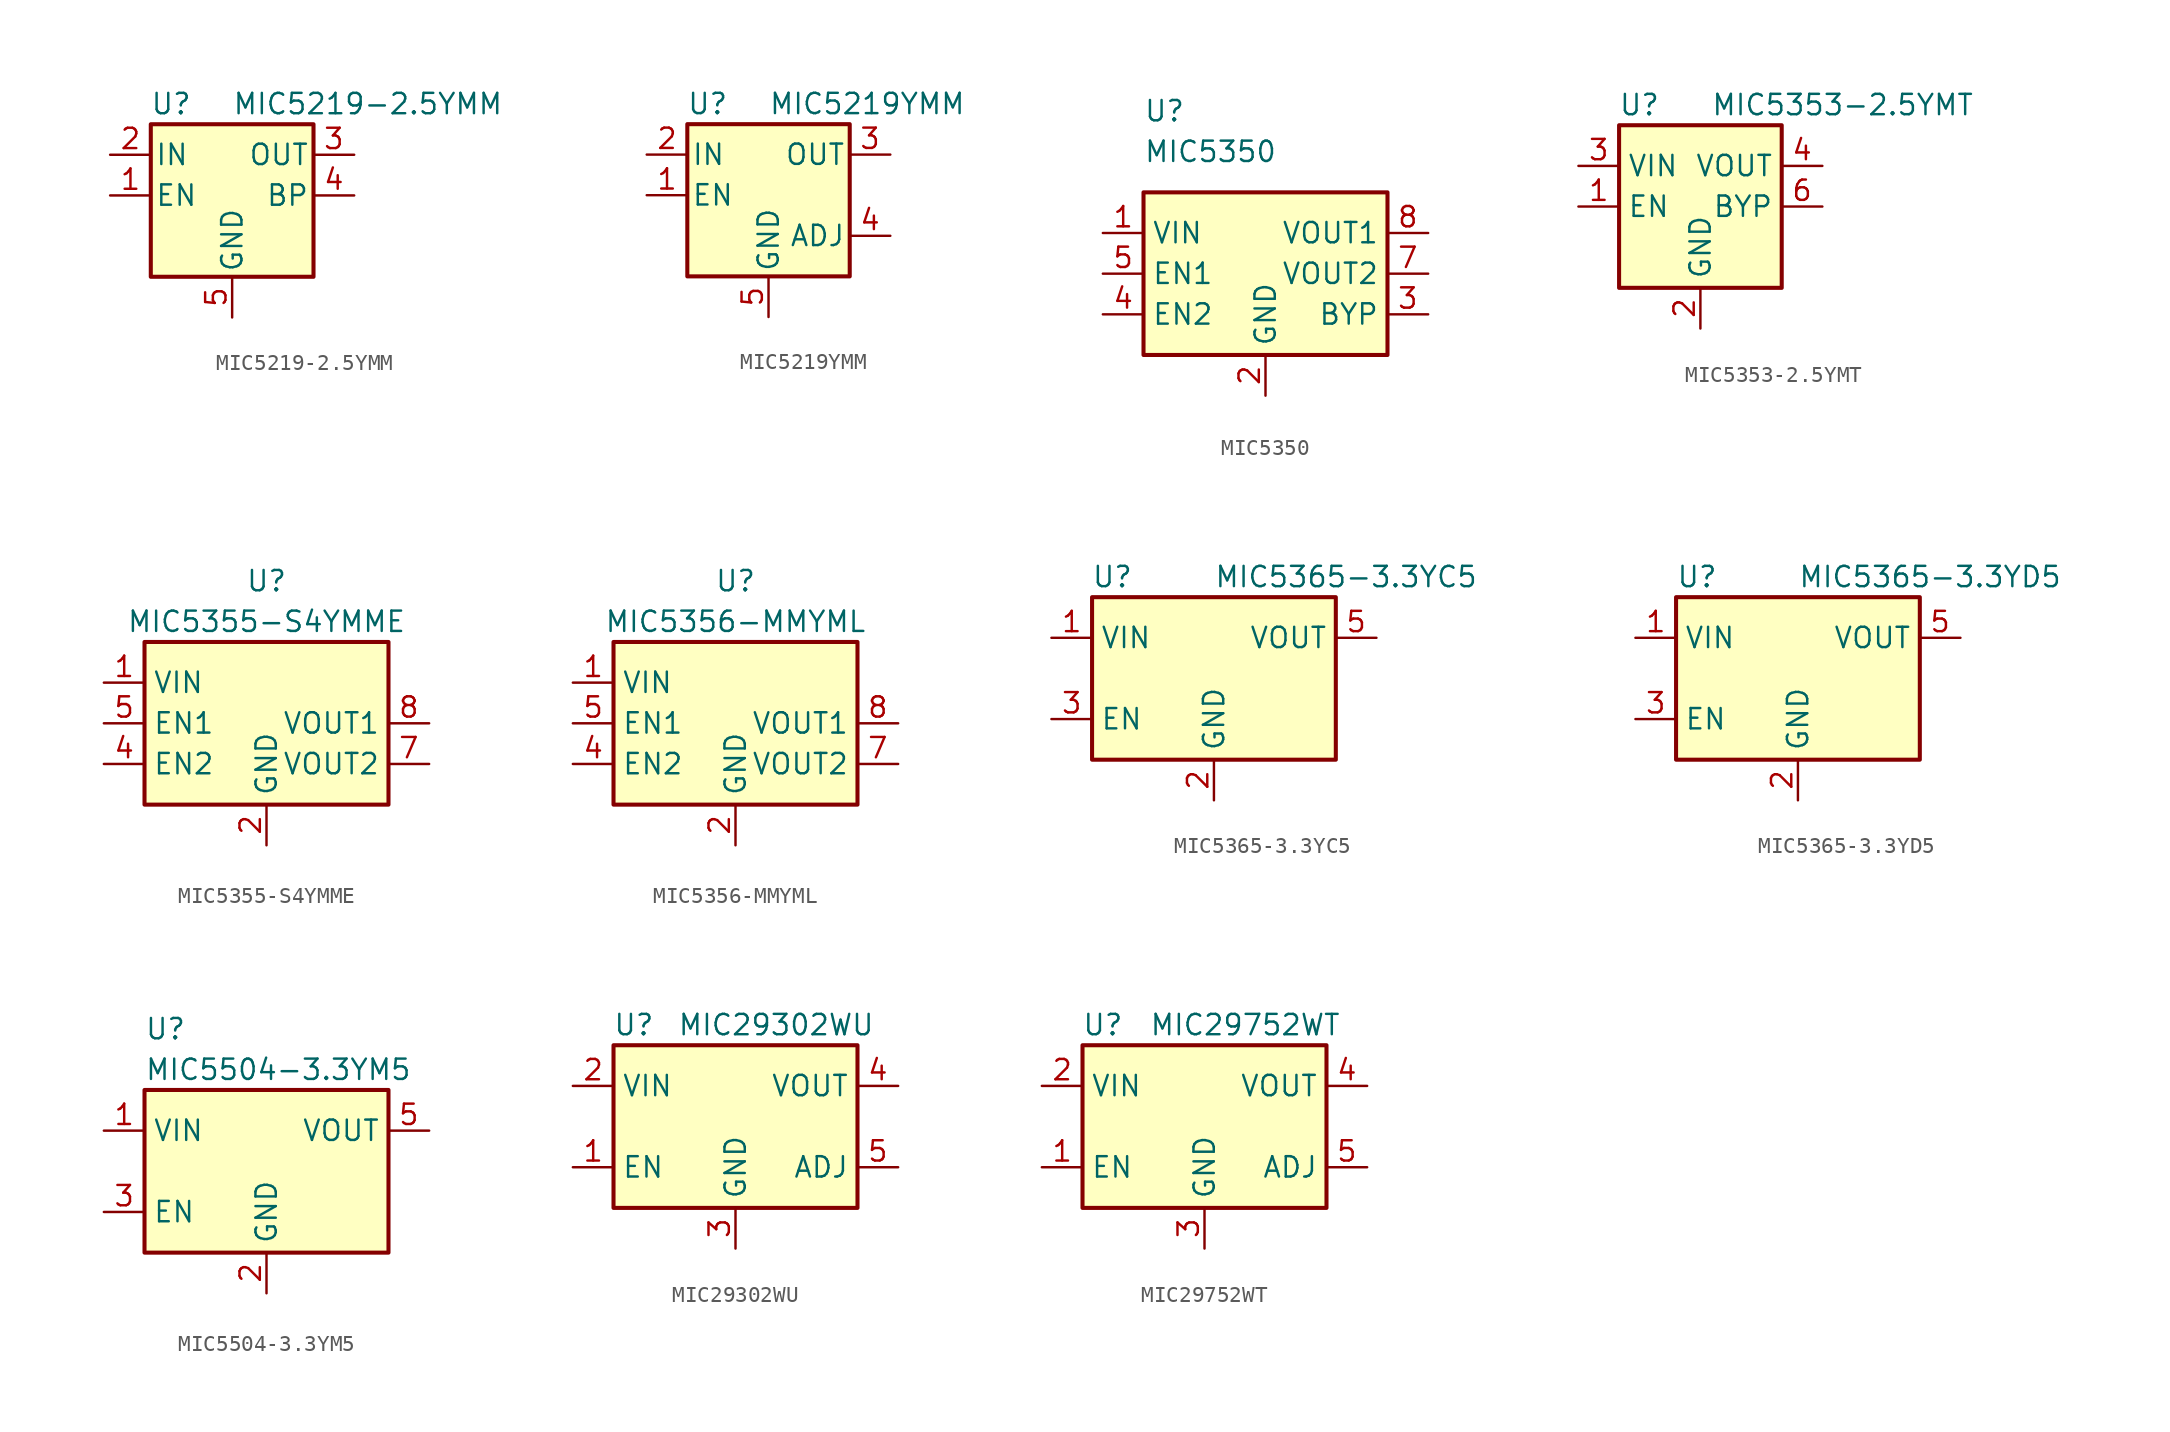
<source format=kicad_sym>
(kicad_symbol_lib
  (version 20241209)
  (generator "kicad_symbol_editor")
  (generator_version "9.0")
  (symbol "MIC5219-2.5YMM"
    (pin_names
      (offset 0.254))
    (property "Reference" "U"
      (at -3.81 5.715 0)
      (effects (font (size 1.27 1.27))))
    (property "Value" "MIC5219-2.5YMM"
      (at 0 5.715 0)
      (effects (font (size 1.27 1.27)) (justify left)))
    (symbol "MIC5219-2.5YMM_0_1"
      (rectangle (start -5.08 4.445) (end 5.08 -5.08) (stroke (width 0.254) (type default)) (fill (type background))))
    (symbol "MIC5219-2.5YMM_1_1"
      (pin power_in line (at -7.62 2.54 0) (length 2.54) (name "IN" (effects (font (size 1.27 1.27)))) (number "2" (effects (font (size 1.27 1.27)))))
      (pin input line (at -7.62 0 0) (length 2.54) (name "EN" (effects (font (size 1.27 1.27)))) (number "1" (effects (font (size 1.27 1.27)))))
      (pin power_in line (at 0 -7.62 90) (length 2.54) (name "GND" (effects (font (size 1.27 1.27)))) (number "5" (effects (font (size 1.27 1.27)))))
      (pin passive line (at 0 -7.62 90) (length 2.54) (hide yes) (name "GND" (effects (font (size 1.27 1.27)))) (number "6" (effects (font (size 1.27 1.27)))))
      (pin passive line (at 0 -7.62 90) (length 2.54) (hide yes) (name "GND" (effects (font (size 1.27 1.27)))) (number "7" (effects (font (size 1.27 1.27)))))
      (pin passive line (at 0 -7.62 90) (length 2.54) (hide yes) (name "GND" (effects (font (size 1.27 1.27)))) (number "8" (effects (font (size 1.27 1.27)))))
      (pin power_out line (at 7.62 2.54 180) (length 2.54) (name "OUT" (effects (font (size 1.27 1.27)))) (number "3" (effects (font (size 1.27 1.27)))))
      (pin input line (at 7.62 0 180) (length 2.54) (name "BP" (effects (font (size 1.27 1.27)))) (number "4" (effects (font (size 1.27 1.27)))))))
  (symbol "MIC5219YMM"
    (pin_names
      (offset 0.254))
    (property "Reference" "U"
      (at -3.81 5.715 0)
      (effects (font (size 1.27 1.27))))
    (property "Value" "MIC5219YMM"
      (at 0 5.715 0)
      (effects (font (size 1.27 1.27)) (justify left)))
    (symbol "MIC5219YMM_0_1"
      (rectangle (start -5.08 4.445) (end 5.08 -5.08) (stroke (width 0.254) (type default)) (fill (type background))))
    (symbol "MIC5219YMM_1_1"
      (pin power_in line (at -7.62 2.54 0) (length 2.54) (name "IN" (effects (font (size 1.27 1.27)))) (number "2" (effects (font (size 1.27 1.27)))))
      (pin input line (at -7.62 0 0) (length 2.54) (name "EN" (effects (font (size 1.27 1.27)))) (number "1" (effects (font (size 1.27 1.27)))))
      (pin power_in line (at 0 -7.62 90) (length 2.54) (name "GND" (effects (font (size 1.27 1.27)))) (number "5" (effects (font (size 1.27 1.27)))))
      (pin passive line (at 0 -7.62 90) (length 2.54) (hide yes) (name "GND" (effects (font (size 1.27 1.27)))) (number "6" (effects (font (size 1.27 1.27)))))
      (pin passive line (at 0 -7.62 90) (length 2.54) (hide yes) (name "GND" (effects (font (size 1.27 1.27)))) (number "7" (effects (font (size 1.27 1.27)))))
      (pin passive line (at 0 -7.62 90) (length 2.54) (hide yes) (name "GND" (effects (font (size 1.27 1.27)))) (number "8" (effects (font (size 1.27 1.27)))))
      (pin power_out line (at 7.62 2.54 180) (length 2.54) (name "OUT" (effects (font (size 1.27 1.27)))) (number "3" (effects (font (size 1.27 1.27)))))
      (pin input line (at 7.62 -2.54 180) (length 2.54) (name "ADJ" (effects (font (size 1.27 1.27)))) (number "4" (effects (font (size 1.27 1.27)))))))
  (symbol "MIC5350"
    (property "Reference" "U"
      (at -7.62 10.16 0)
      (effects (font (size 1.27 1.27)) (justify left)))
    (property "Value" "MIC5350"
      (at -7.62 7.62 0)
      (effects (font (size 1.27 1.27)) (justify left)))
    (symbol "MIC5350_0_1"
      (pin power_in line (at 0 -7.62 90) (length 2.54) (name "GND" (effects (font (size 1.27 1.27)))) (number "2" (effects (font (size 1.27 1.27)))))
      (pin passive line (at 0 -7.62 90) (length 2.54) (hide yes) (name "GND" (effects (font (size 1.27 1.27)))) (number "7" (effects (font (size 1.27 1.27))))))
    (symbol "MIC5350_1_1"
      (rectangle (start -7.62 5.08) (end 7.62 -5.08) (stroke (width 0.254) (type default)) (fill (type background)))
      (pin power_in line (at -10.16 2.54 0) (length 2.54) (name "VIN" (effects (font (size 1.27 1.27)))) (number "1" (effects (font (size 1.27 1.27)))))
      (pin input line (at -10.16 0 0) (length 2.54) (name "EN1" (effects (font (size 1.27 1.27)))) (number "5" (effects (font (size 1.27 1.27)))))
      (pin input line (at -10.16 -2.54 0) (length 2.54) (name "EN2" (effects (font (size 1.27 1.27)))) (number "4" (effects (font (size 1.27 1.27)))))
      (pin no_connect line (at 0 5.08 270) (length 2.54) (hide yes) (name "NC" (effects (font (size 1.27 1.27)))) (number "6" (effects (font (size 1.27 1.27)))))
      (pin passive line (at 0 -7.62 90) (length 2.54) (hide yes) (name "GND" (effects (font (size 1.27 1.27)))) (number "9" (effects (font (size 1.27 1.27)))))
      (pin power_out line (at 10.16 2.54 180) (length 2.54) (name "VOUT1" (effects (font (size 1.27 1.27)))) (number "8" (effects (font (size 1.27 1.27)))))
      (pin power_out line (at 10.16 0 180) (length 2.54) (name "VOUT2" (effects (font (size 1.27 1.27)))) (number "7" (effects (font (size 1.27 1.27)))))
      (pin passive line (at 10.16 -2.54 180) (length 2.54) (name "BYP" (effects (font (size 1.27 1.27)))) (number "3" (effects (font (size 1.27 1.27)))))))
  (symbol "MIC5353-2.5YMT"
    (property "Reference" "U"
      (at -3.81 6.35 0)
      (effects (font (size 1.27 1.27))))
    (property "Value" "MIC5353-2.5YMT"
      (at 8.89 6.35 0)
      (effects (font (size 1.27 1.27))))
    (symbol "MIC5353-2.5YMT_0_1"
      (rectangle (start -5.08 -5.08) (end 5.08 5.08) (stroke (width 0.254) (type default)) (fill (type background)))
      (pin power_in line (at -7.62 2.54 0) (length 2.54) (name "VIN" (effects (font (size 1.27 1.27)))) (number "3" (effects (font (size 1.27 1.27)))))
      (pin input line (at -7.62 0 0) (length 2.54) (name "EN" (effects (font (size 1.27 1.27)))) (number "1" (effects (font (size 1.27 1.27)))))
      (pin power_in line (at 0 -7.62 90) (length 2.54) (name "GND" (effects (font (size 1.27 1.27)))) (number "2" (effects (font (size 1.27 1.27)))))
      (pin passive line (at 0 -7.62 90) (length 2.54) (hide yes) (name "GND" (effects (font (size 1.27 1.27)))) (number "7" (effects (font (size 1.27 1.27)))))
      (pin no_connect line (at 5.08 -2.54 180) (length 2.54) (hide yes) (name "NC" (effects (font (size 1.27 1.27)))) (number "5" (effects (font (size 1.27 1.27)))))
      (pin power_out line (at 7.62 2.54 180) (length 2.54) (name "VOUT" (effects (font (size 1.27 1.27)))) (number "4" (effects (font (size 1.27 1.27)))))
      (pin passive line (at 7.62 0 180) (length 2.54) (name "BYP" (effects (font (size 1.27 1.27)))) (number "6" (effects (font (size 1.27 1.27)))))))
  (symbol "MIC5355-S4YMME"
    (property "Reference" "U"
      (at 0 8.89 0)
      (effects (font (size 1.27 1.27))))
    (property "Value" "MIC5355-S4YMME"
      (at 0 6.35 0)
      (effects (font (size 1.27 1.27))))
    (symbol "MIC5355-S4YMME_0_1"
      (rectangle (start -7.62 5.08) (end 7.62 -5.08) (stroke (width 0.254) (type default)) (fill (type background))))
    (symbol "MIC5355-S4YMME_1_1"
      (pin power_in line (at -10.16 2.54 0) (length 2.54) (name "VIN" (effects (font (size 1.27 1.27)))) (number "1" (effects (font (size 1.27 1.27)))))
      (pin input line (at -10.16 0 0) (length 2.54) (name "EN1" (effects (font (size 1.27 1.27)))) (number "5" (effects (font (size 1.27 1.27)))))
      (pin input line (at -10.16 -2.54 0) (length 2.54) (name "EN2" (effects (font (size 1.27 1.27)))) (number "4" (effects (font (size 1.27 1.27)))))
      (pin no_connect line (at 0 5.08 270) (length 2.54) (hide yes) (name "NC" (effects (font (size 1.27 1.27)))) (number "3" (effects (font (size 1.27 1.27)))))
      (pin power_in line (at 0 -7.62 90) (length 2.54) (name "GND" (effects (font (size 1.27 1.27)))) (number "2" (effects (font (size 1.27 1.27)))))
      (pin passive line (at 0 -7.62 90) (length 2.54) (hide yes) (name "GND" (effects (font (size 1.27 1.27)))) (number "9" (effects (font (size 1.27 1.27)))))
      (pin no_connect line (at 7.62 2.54 180) (length 2.54) (hide yes) (name "NC" (effects (font (size 1.27 1.27)))) (number "6" (effects (font (size 1.27 1.27)))))
      (pin power_out line (at 10.16 0 180) (length 2.54) (name "VOUT1" (effects (font (size 1.27 1.27)))) (number "8" (effects (font (size 1.27 1.27)))))
      (pin power_out line (at 10.16 -2.54 180) (length 2.54) (name "VOUT2" (effects (font (size 1.27 1.27)))) (number "7" (effects (font (size 1.27 1.27)))))))
  (symbol "MIC5356-MMYML"
    (property "Reference" "U"
      (at 0 8.89 0)
      (effects (font (size 1.27 1.27))))
    (property "Value" "MIC5356-MMYML"
      (at 0 6.35 0)
      (effects (font (size 1.27 1.27))))
    (symbol "MIC5356-MMYML_0_1"
      (rectangle (start -7.62 5.08) (end 7.62 -5.08) (stroke (width 0.254) (type default)) (fill (type background))))
    (symbol "MIC5356-MMYML_1_1"
      (pin power_in line (at -10.16 2.54 0) (length 2.54) (name "VIN" (effects (font (size 1.27 1.27)))) (number "1" (effects (font (size 1.27 1.27)))))
      (pin input line (at -10.16 0 0) (length 2.54) (name "EN1" (effects (font (size 1.27 1.27)))) (number "5" (effects (font (size 1.27 1.27)))))
      (pin input line (at -10.16 -2.54 0) (length 2.54) (name "EN2" (effects (font (size 1.27 1.27)))) (number "4" (effects (font (size 1.27 1.27)))))
      (pin no_connect line (at 0 5.08 270) (length 2.54) (hide yes) (name "NC" (effects (font (size 1.27 1.27)))) (number "3" (effects (font (size 1.27 1.27)))))
      (pin power_in line (at 0 -7.62 90) (length 2.54) (name "GND" (effects (font (size 1.27 1.27)))) (number "2" (effects (font (size 1.27 1.27)))))
      (pin passive line (at 0 -7.62 90) (length 2.54) (hide yes) (name "GND" (effects (font (size 1.27 1.27)))) (number "9" (effects (font (size 1.27 1.27)))))
      (pin no_connect line (at 7.62 2.54 180) (length 2.54) (hide yes) (name "NC" (effects (font (size 1.27 1.27)))) (number "6" (effects (font (size 1.27 1.27)))))
      (pin power_out line (at 10.16 0 180) (length 2.54) (name "VOUT1" (effects (font (size 1.27 1.27)))) (number "8" (effects (font (size 1.27 1.27)))))
      (pin power_out line (at 10.16 -2.54 180) (length 2.54) (name "VOUT2" (effects (font (size 1.27 1.27)))) (number "7" (effects (font (size 1.27 1.27)))))))
  (symbol "MIC5365-3.3YC5"
    (property "Reference" "U"
      (at -6.35 6.35 0)
      (effects (font (size 1.27 1.27))))
    (property "Value" "MIC5365-3.3YC5"
      (at 0 6.35 0)
      (effects (font (size 1.27 1.27)) (justify left)))
    (symbol "MIC5365-3.3YC5_0_1"
      (rectangle (start -7.62 -5.08) (end 7.62 5.08) (stroke (width 0.254) (type default)) (fill (type background))))
    (symbol "MIC5365-3.3YC5_1_1"
      (pin power_in line (at -10.16 2.54 0) (length 2.54) (name "VIN" (effects (font (size 1.27 1.27)))) (number "1" (effects (font (size 1.27 1.27)))))
      (pin input line (at -10.16 -2.54 0) (length 2.54) (name "EN" (effects (font (size 1.27 1.27)))) (number "3" (effects (font (size 1.27 1.27)))))
      (pin power_in line (at 0 -7.62 90) (length 2.54) (name "GND" (effects (font (size 1.27 1.27)))) (number "2" (effects (font (size 1.27 1.27)))))
      (pin no_connect line (at 7.62 -2.54 180) (length 2.54) (hide yes) (name "NC" (effects (font (size 1.27 1.27)))) (number "4" (effects (font (size 1.27 1.27)))))
      (pin power_out line (at 10.16 2.54 180) (length 2.54) (name "VOUT" (effects (font (size 1.27 1.27)))) (number "5" (effects (font (size 1.27 1.27)))))))
  (symbol "MIC5365-3.3YD5"
    (property "Reference" "U"
      (at -7.62 6.35 0)
      (effects (font (size 1.27 1.27)) (justify left)))
    (property "Value" "MIC5365-3.3YD5"
      (at 0 6.35 0)
      (effects (font (size 1.27 1.27)) (justify left)))
    (symbol "MIC5365-3.3YD5_0_1"
      (rectangle (start -7.62 -5.08) (end 7.62 5.08) (stroke (width 0.254) (type default)) (fill (type background))))
    (symbol "MIC5365-3.3YD5_1_1"
      (pin power_in line (at -10.16 2.54 0) (length 2.54) (name "VIN" (effects (font (size 1.27 1.27)))) (number "1" (effects (font (size 1.27 1.27)))))
      (pin input line (at -10.16 -2.54 0) (length 2.54) (name "EN" (effects (font (size 1.27 1.27)))) (number "3" (effects (font (size 1.27 1.27)))))
      (pin power_in line (at 0 -7.62 90) (length 2.54) (name "GND" (effects (font (size 1.27 1.27)))) (number "2" (effects (font (size 1.27 1.27)))))
      (pin no_connect line (at 7.62 -2.54 180) (length 2.54) (hide yes) (name "NC" (effects (font (size 1.27 1.27)))) (number "4" (effects (font (size 1.27 1.27)))))
      (pin power_out line (at 10.16 2.54 180) (length 2.54) (name "VOUT" (effects (font (size 1.27 1.27)))) (number "5" (effects (font (size 1.27 1.27)))))))
  (symbol "MIC5504-3.3YM5"
    (property "Reference" "U"
      (at -7.62 8.89 0)
      (effects (font (size 1.27 1.27)) (justify left)))
    (property "Value" "MIC5504-3.3YM5"
      (at -7.62 6.35 0)
      (effects (font (size 1.27 1.27)) (justify left)))
    (symbol "MIC5504-3.3YM5_0_1"
      (rectangle (start -7.62 -5.08) (end 7.62 5.08) (stroke (width 0.254) (type default)) (fill (type background))))
    (symbol "MIC5504-3.3YM5_1_1"
      (pin power_in line (at -10.16 2.54 0) (length 2.54) (name "VIN" (effects (font (size 1.27 1.27)))) (number "1" (effects (font (size 1.27 1.27)))))
      (pin input line (at -10.16 -2.54 0) (length 2.54) (name "EN" (effects (font (size 1.27 1.27)))) (number "3" (effects (font (size 1.27 1.27)))))
      (pin power_in line (at 0 -7.62 90) (length 2.54) (name "GND" (effects (font (size 1.27 1.27)))) (number "2" (effects (font (size 1.27 1.27)))))
      (pin no_connect line (at 7.62 -2.54 180) (length 2.54) (hide yes) (name "NC" (effects (font (size 1.27 1.27)))) (number "4" (effects (font (size 1.27 1.27)))))
      (pin power_out line (at 10.16 2.54 180) (length 2.54) (name "VOUT" (effects (font (size 1.27 1.27)))) (number "5" (effects (font (size 1.27 1.27)))))))
  (symbol "MIC29302WU"
    (property "Reference" "U"
      (at -6.35 6.35 0)
      (effects (font (size 1.27 1.27))))
    (property "Value" "MIC29302WU"
      (at 2.54 6.35 0)
      (effects (font (size 1.27 1.27))))
    (symbol "MIC29302WU_1_1"
      (rectangle (start -7.62 5.08) (end 7.62 -5.08) (stroke (width 0.254) (type default)) (fill (type background)))
      (pin power_in line (at -10.16 2.54 0) (length 2.54) (name "VIN" (effects (font (size 1.27 1.27)))) (number "2" (effects (font (size 1.27 1.27)))))
      (pin input line (at -10.16 -2.54 0) (length 2.54) (name "EN" (effects (font (size 1.27 1.27)))) (number "1" (effects (font (size 1.27 1.27)))))
      (pin power_in line (at 0 -7.62 90) (length 2.54) (name "GND" (effects (font (size 1.27 1.27)))) (number "3" (effects (font (size 1.27 1.27)))))
      (pin power_out line (at 10.16 2.54 180) (length 2.54) (name "VOUT" (effects (font (size 1.27 1.27)))) (number "4" (effects (font (size 1.27 1.27)))))
      (pin input line (at 10.16 -2.54 180) (length 2.54) (name "ADJ" (effects (font (size 1.27 1.27)))) (number "5" (effects (font (size 1.27 1.27)))))))
  (symbol "MIC29752WT"
    (property "Reference" "U"
      (at -6.35 6.35 0)
      (effects (font (size 1.27 1.27))))
    (property "Value" "MIC29752WT"
      (at 2.54 6.35 0)
      (effects (font (size 1.27 1.27))))
    (symbol "MIC29752WT_1_1"
      (rectangle (start -7.62 5.08) (end 7.62 -5.08) (stroke (width 0.254) (type default)) (fill (type background)))
      (pin power_in line (at -10.16 2.54 0) (length 2.54) (name "VIN" (effects (font (size 1.27 1.27)))) (number "2" (effects (font (size 1.27 1.27)))))
      (pin input line (at -10.16 -2.54 0) (length 2.54) (name "EN" (effects (font (size 1.27 1.27)))) (number "1" (effects (font (size 1.27 1.27)))))
      (pin power_in line (at 0 -7.62 90) (length 2.54) (name "GND" (effects (font (size 1.27 1.27)))) (number "3" (effects (font (size 1.27 1.27)))))
      (pin power_out line (at 10.16 2.54 180) (length 2.54) (name "VOUT" (effects (font (size 1.27 1.27)))) (number "4" (effects (font (size 1.27 1.27)))))
      (pin input line (at 10.16 -2.54 180) (length 2.54) (name "ADJ" (effects (font (size 1.27 1.27)))) (number "5" (effects (font (size 1.27 1.27))))))))
</source>
